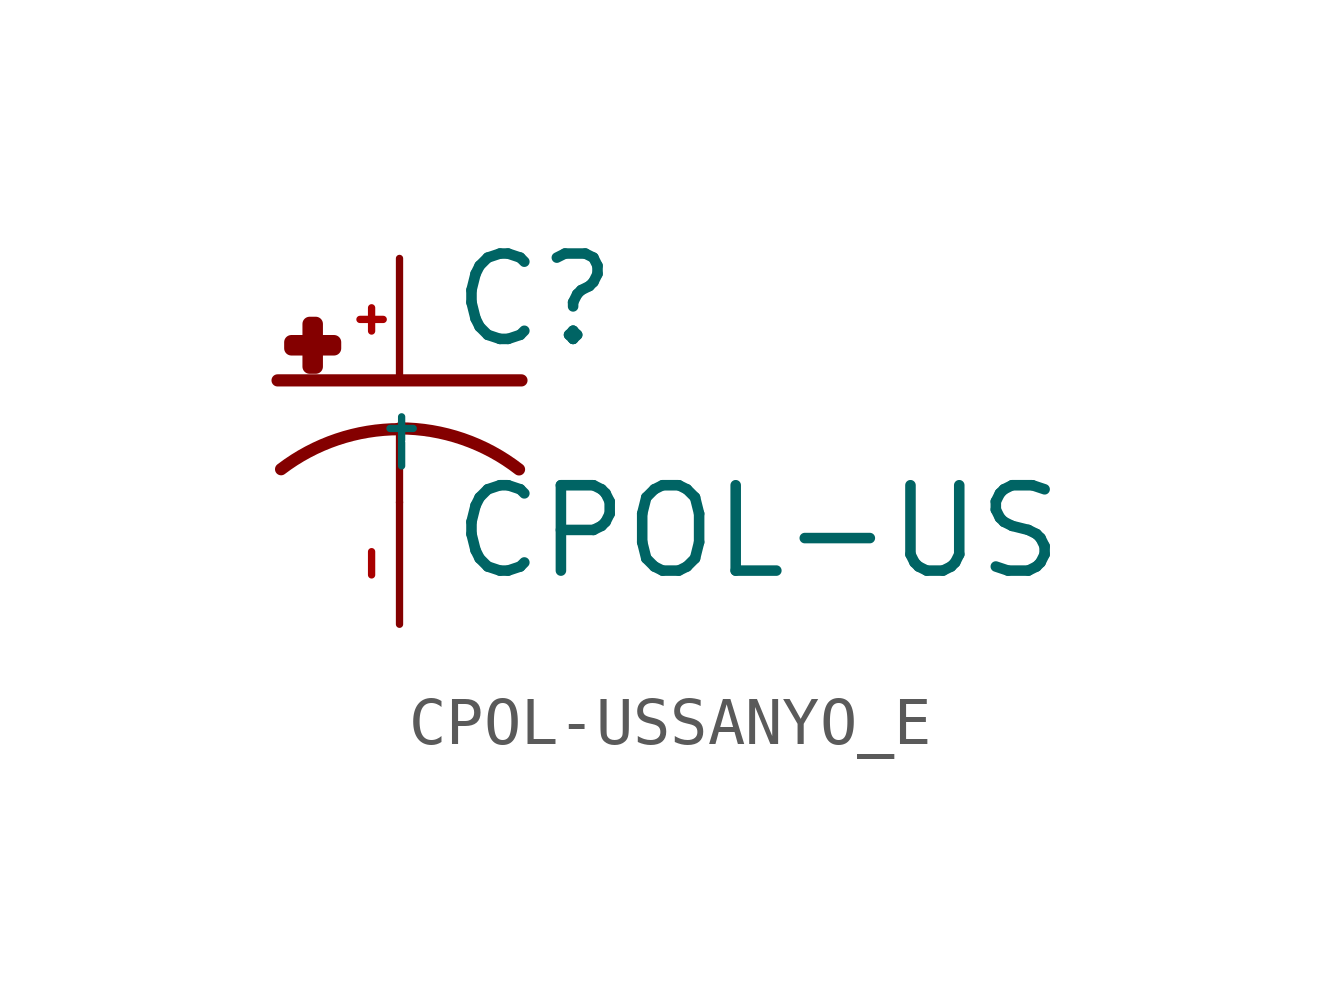
<source format=kicad_sym>
(kicad_symbol_lib
  (version 20220914)
  (generator Eagle2Kicad)
  (symbol "CPOL-USSANYO_E"
    (property "Reference" "C"
      (at 1.016 0.635 0)
      (effects (font (size 1.778 1.778) (thickness 0.22)) (justify left bottom)))
    (property "Value" "CPOL-US"
      (at 1.016 -4.191 0)
      (effects (font (size 1.778 1.778) (thickness 0.22)) (justify left bottom)))
    (polyline
      (pts (xy -2.54 0) (xy 2.54 0))
      (stroke (width 0.254) (type default))
      (fill (type none)))
    (polyline
      (pts (xy 0 -1.016) (xy 0 -2.54))
      (stroke (width 0.152) (type default))
      (fill (type none)))
    (arc
      (start 2.4892 -1.8542)
      (mid 1.316 -1.220)
      (end 0 -1)
      (stroke (width 0.254) (type default))
      (fill (type none)))
    (arc
      (start 0 -1.0161)
      (mid -1.302 -1.230)
      (end -2.4669 -1.8504)
      (stroke (width 0.254) (type default))
      (fill (type none)))
    (rectangle
      (start -2.253 0.668)
      (end -1.364 0.795)
      (stroke (width 0.3) (type default))
      (fill (type outline)))
    (rectangle
      (start -1.872 0.287)
      (end -1.745 1.176)
      (stroke (width 0.3) (type default))
      (fill (type outline)))
    (pin passive line
      (at 0 2.54 270)
      (length 2.54)
      (name "+" (effects (font (size 0.635 0.635) (thickness 0.08)) (justify left bottom)))
      (number "+" (effects (font (size 0.635 0.635) (thickness 0.08)) (justify left bottom))))
    (pin passive line
      (at 0 -5.08 90)
      (length 2.54)
      (name "-" (effects (font (size 0.635 0.635) (thickness 0.08)) (justify left bottom)))
      (number "-" (effects (font (size 0.635 0.635) (thickness 0.08)) (justify left bottom))))))
</source>
